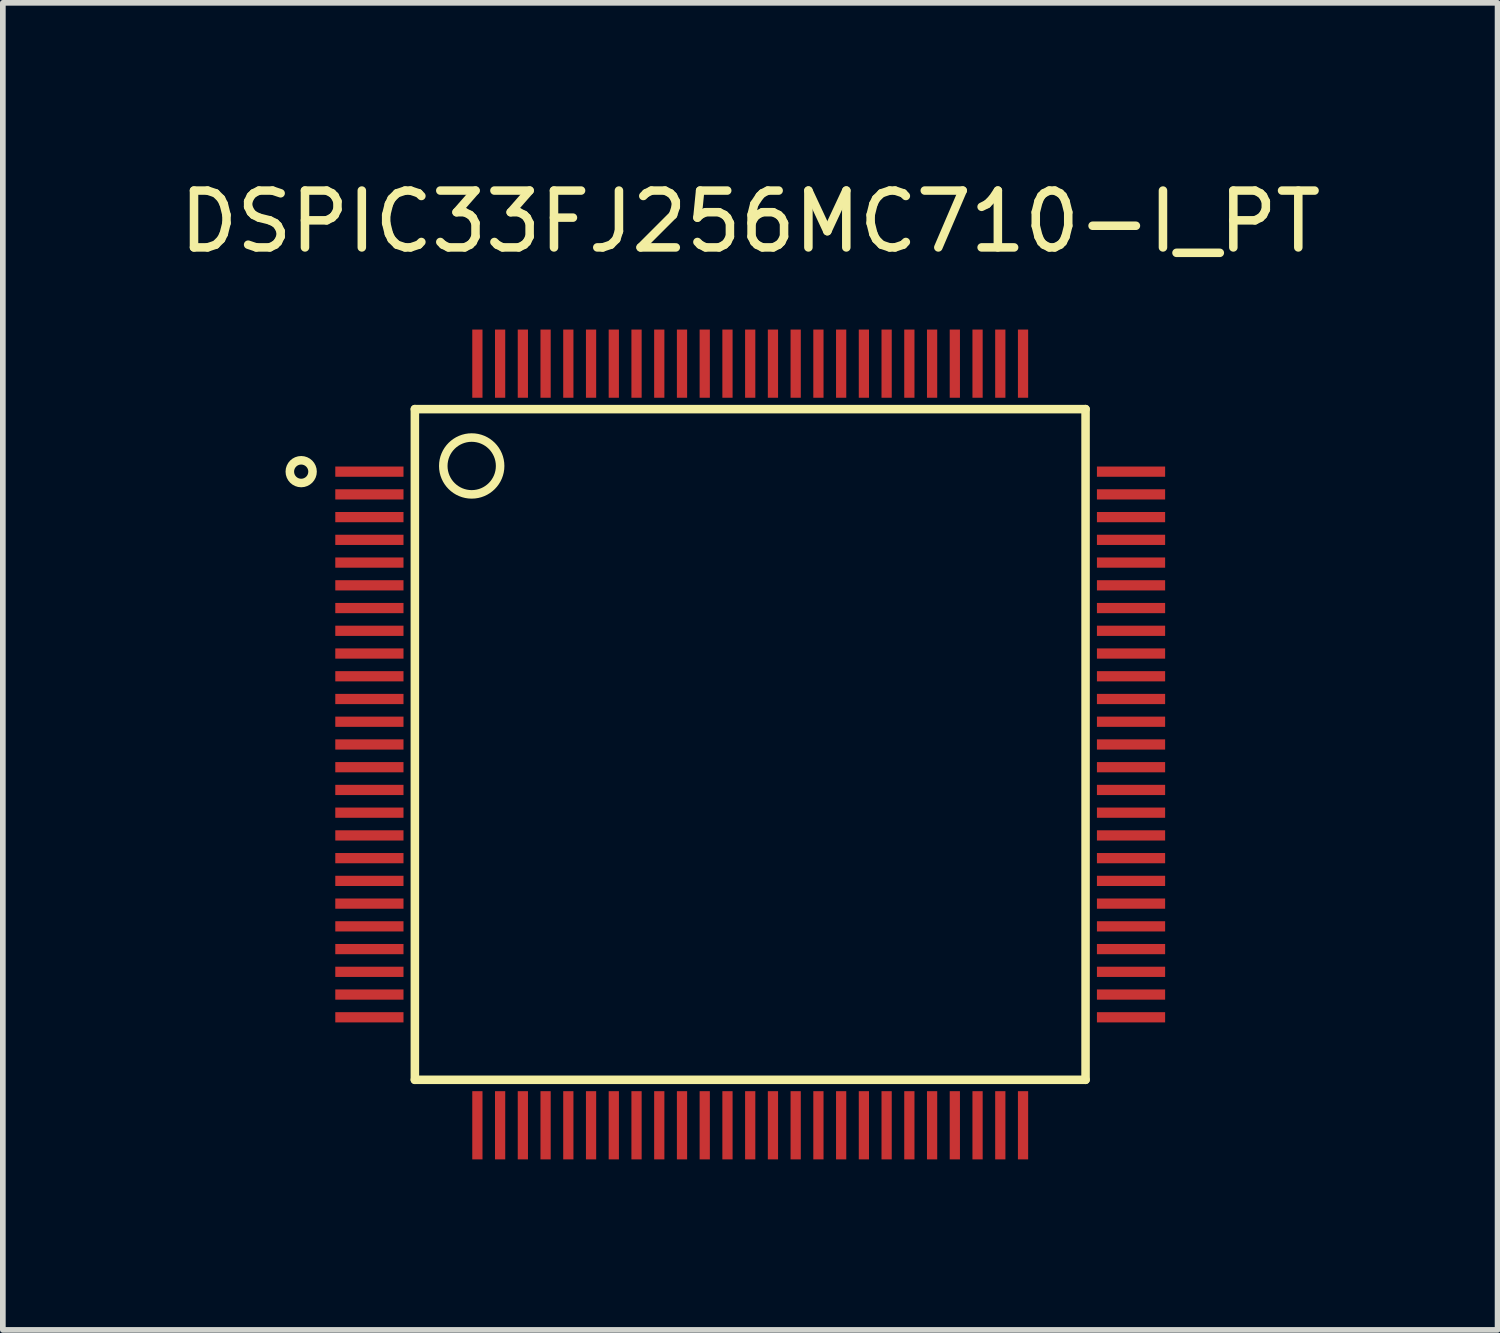
<source format=kicad_pcb>
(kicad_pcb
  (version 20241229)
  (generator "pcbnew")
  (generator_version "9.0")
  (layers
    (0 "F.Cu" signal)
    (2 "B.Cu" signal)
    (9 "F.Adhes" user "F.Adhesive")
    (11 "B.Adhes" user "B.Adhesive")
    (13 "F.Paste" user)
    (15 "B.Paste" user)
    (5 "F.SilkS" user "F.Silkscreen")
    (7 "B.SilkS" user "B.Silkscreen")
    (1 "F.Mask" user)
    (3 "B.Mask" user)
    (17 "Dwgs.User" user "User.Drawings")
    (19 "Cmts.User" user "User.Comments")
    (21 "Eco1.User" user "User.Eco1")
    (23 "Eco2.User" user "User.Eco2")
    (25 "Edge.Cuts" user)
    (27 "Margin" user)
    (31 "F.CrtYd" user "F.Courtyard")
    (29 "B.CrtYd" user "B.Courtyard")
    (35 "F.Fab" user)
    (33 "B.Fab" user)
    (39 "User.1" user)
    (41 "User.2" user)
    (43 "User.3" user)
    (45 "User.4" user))
  (footprint "DSPIC33FJ256MC710-I_PT"
    (layer "F.Cu")
    (at 3.449 3.348)
    (property "Reference" "DSPIC33FJ256MC710-I_PT" (at 6.7 -2.5 0) (layer "F.SilkS") (effects (font (size 1 1) (thickness 0.15))))
    (attr through_hole)
    (fp_line (start 0.8 0.8) (end 0.8 12.6) (stroke (width 0.15) (type solid)) (layer "F.SilkS"))
    (fp_line (start 0.8 0.8) (end 12.6 0.8) (stroke (width 0.15) (type solid)) (layer "F.SilkS"))
    (fp_line (start 0.8 12.6) (end 12.6 12.6) (stroke (width 0.15) (type solid)) (layer "F.SilkS"))
    (fp_line (start 12.6 12.6) (end 12.6 0.8) (stroke (width 0.15) (type solid)) (layer "F.SilkS"))
    (fp_circle (center -1.2 1.9) (end -1.2 1.7) (stroke (width 0.15) (type solid)) (fill no) (layer "F.SilkS"))
    (fp_circle (center 1.8 1.8) (end 1.8 1.3) (stroke (width 0.15) (type solid)) (fill no) (layer "F.SilkS"))
    (pad "1" smd rect (at 0 1.9) (size 1.2 0.18) (layers "F.Cu" "F.Mask" "F.Paste"))
    (pad "2" smd rect (at 0 2.3) (size 1.2 0.18) (layers "F.Cu" "F.Mask" "F.Paste"))
    (pad "3" smd rect (at 0 2.7) (size 1.2 0.18) (layers "F.Cu" "F.Mask" "F.Paste"))
    (pad "4" smd rect (at 0 3.1) (size 1.2 0.18) (layers "F.Cu" "F.Mask" "F.Paste"))
    (pad "5" smd rect (at 0 3.5) (size 1.2 0.18) (layers "F.Cu" "F.Mask" "F.Paste"))
    (pad "6" smd rect (at 0 3.9) (size 1.2 0.18) (layers "F.Cu" "F.Mask" "F.Paste"))
    (pad "7" smd rect (at 0 4.3) (size 1.2 0.18) (layers "F.Cu" "F.Mask" "F.Paste"))
    (pad "8" smd rect (at 0 4.7) (size 1.2 0.18) (layers "F.Cu" "F.Mask" "F.Paste"))
    (pad "9" smd rect (at 0 5.1) (size 1.2 0.18) (layers "F.Cu" "F.Mask" "F.Paste"))
    (pad "10" smd rect (at 0 5.5) (size 1.2 0.18) (layers "F.Cu" "F.Mask" "F.Paste"))
    (pad "11" smd rect (at 0 5.9) (size 1.2 0.18) (layers "F.Cu" "F.Mask" "F.Paste"))
    (pad "12" smd rect (at 0 6.3) (size 1.2 0.18) (layers "F.Cu" "F.Mask" "F.Paste"))
    (pad "13" smd rect (at 0 6.7) (size 1.2 0.18) (layers "F.Cu" "F.Mask" "F.Paste"))
    (pad "14" smd rect (at 0 7.1) (size 1.2 0.18) (layers "F.Cu" "F.Mask" "F.Paste"))
    (pad "15" smd rect (at 0 7.5) (size 1.2 0.18) (layers "F.Cu" "F.Mask" "F.Paste"))
    (pad "16" smd rect (at 0 7.9) (size 1.2 0.18) (layers "F.Cu" "F.Mask" "F.Paste"))
    (pad "17" smd rect (at 0 8.3) (size 1.2 0.18) (layers "F.Cu" "F.Mask" "F.Paste"))
    (pad "18" smd rect (at 0 8.7) (size 1.2 0.18) (layers "F.Cu" "F.Mask" "F.Paste"))
    (pad "19" smd rect (at 0 9.1) (size 1.2 0.18) (layers "F.Cu" "F.Mask" "F.Paste"))
    (pad "20" smd rect (at 0 9.5) (size 1.2 0.18) (layers "F.Cu" "F.Mask" "F.Paste"))
    (pad "21" smd rect (at 0 9.9) (size 1.2 0.18) (layers "F.Cu" "F.Mask" "F.Paste"))
    (pad "22" smd rect (at 0 10.3) (size 1.2 0.18) (layers "F.Cu" "F.Mask" "F.Paste"))
    (pad "23" smd rect (at 0 10.7) (size 1.2 0.18) (layers "F.Cu" "F.Mask" "F.Paste"))
    (pad "24" smd rect (at 0 11.1) (size 1.2 0.18) (layers "F.Cu" "F.Mask" "F.Paste"))
    (pad "25" smd rect (at 0 11.5) (size 1.2 0.18) (layers "F.Cu" "F.Mask" "F.Paste"))
    (pad "26" smd rect (at 1.9 13.4) (size 0.18 1.2) (layers "F.Cu" "F.Mask" "F.Paste"))
    (pad "27" smd rect (at 2.3 13.4) (size 0.18 1.2) (layers "F.Cu" "F.Mask" "F.Paste"))
    (pad "28" smd rect (at 2.7 13.4) (size 0.18 1.2) (layers "F.Cu" "F.Mask" "F.Paste"))
    (pad "29" smd rect (at 3.1 13.4) (size 0.18 1.2) (layers "F.Cu" "F.Mask" "F.Paste"))
    (pad "30" smd rect (at 3.5 13.4) (size 0.18 1.2) (layers "F.Cu" "F.Mask" "F.Paste"))
    (pad "31" smd rect (at 3.9 13.4) (size 0.18 1.2) (layers "F.Cu" "F.Mask" "F.Paste"))
    (pad "32" smd rect (at 4.3 13.4) (size 0.18 1.2) (layers "F.Cu" "F.Mask" "F.Paste"))
    (pad "33" smd rect (at 4.7 13.4) (size 0.18 1.2) (layers "F.Cu" "F.Mask" "F.Paste"))
    (pad "34" smd rect (at 5.1 13.4) (size 0.18 1.2) (layers "F.Cu" "F.Mask" "F.Paste"))
    (pad "35" smd rect (at 5.5 13.4) (size 0.18 1.2) (layers "F.Cu" "F.Mask" "F.Paste"))
    (pad "36" smd rect (at 5.9 13.4) (size 0.18 1.2) (layers "F.Cu" "F.Mask" "F.Paste"))
    (pad "37" smd rect (at 6.3 13.4) (size 0.18 1.2) (layers "F.Cu" "F.Mask" "F.Paste"))
    (pad "38" smd rect (at 6.7 13.4) (size 0.18 1.2) (layers "F.Cu" "F.Mask" "F.Paste"))
    (pad "39" smd rect (at 7.1 13.4) (size 0.18 1.2) (layers "F.Cu" "F.Mask" "F.Paste"))
    (pad "40" smd rect (at 7.5 13.4) (size 0.18 1.2) (layers "F.Cu" "F.Mask" "F.Paste"))
    (pad "41" smd rect (at 7.9 13.4) (size 0.18 1.2) (layers "F.Cu" "F.Mask" "F.Paste"))
    (pad "42" smd rect (at 8.3 13.4) (size 0.18 1.2) (layers "F.Cu" "F.Mask" "F.Paste"))
    (pad "43" smd rect (at 8.7 13.4) (size 0.18 1.2) (layers "F.Cu" "F.Mask" "F.Paste"))
    (pad "44" smd rect (at 9.1 13.4) (size 0.18 1.2) (layers "F.Cu" "F.Mask" "F.Paste"))
    (pad "45" smd rect (at 9.5 13.4) (size 0.18 1.2) (layers "F.Cu" "F.Mask" "F.Paste"))
    (pad "46" smd rect (at 9.9 13.4) (size 0.18 1.2) (layers "F.Cu" "F.Mask" "F.Paste"))
    (pad "47" smd rect (at 10.3 13.4) (size 0.18 1.2) (layers "F.Cu" "F.Mask" "F.Paste"))
    (pad "48" smd rect (at 10.7 13.4) (size 0.18 1.2) (layers "F.Cu" "F.Mask" "F.Paste"))
    (pad "49" smd rect (at 11.1 13.4) (size 0.18 1.2) (layers "F.Cu" "F.Mask" "F.Paste"))
    (pad "50" smd rect (at 11.5 13.4) (size 0.18 1.2) (layers "F.Cu" "F.Mask" "F.Paste"))
    (pad "51" smd rect (at 13.4 11.5) (size 1.2 0.18) (layers "F.Cu" "F.Mask" "F.Paste"))
    (pad "52" smd rect (at 13.4 11.1) (size 1.2 0.18) (layers "F.Cu" "F.Mask" "F.Paste"))
    (pad "53" smd rect (at 13.4 10.7) (size 1.2 0.18) (layers "F.Cu" "F.Mask" "F.Paste"))
    (pad "54" smd rect (at 13.4 10.3) (size 1.2 0.18) (layers "F.Cu" "F.Mask" "F.Paste"))
    (pad "55" smd rect (at 13.4 9.9) (size 1.2 0.18) (layers "F.Cu" "F.Mask" "F.Paste"))
    (pad "56" smd rect (at 13.4 9.5) (size 1.2 0.18) (layers "F.Cu" "F.Mask" "F.Paste"))
    (pad "57" smd rect (at 13.4 9.1) (size 1.2 0.18) (layers "F.Cu" "F.Mask" "F.Paste"))
    (pad "58" smd rect (at 13.4 8.7) (size 1.2 0.18) (layers "F.Cu" "F.Mask" "F.Paste"))
    (pad "59" smd rect (at 13.4 8.3) (size 1.2 0.18) (layers "F.Cu" "F.Mask" "F.Paste"))
    (pad "60" smd rect (at 13.4 7.9) (size 1.2 0.18) (layers "F.Cu" "F.Mask" "F.Paste"))
    (pad "61" smd rect (at 13.4 7.5) (size 1.2 0.18) (layers "F.Cu" "F.Mask" "F.Paste"))
    (pad "62" smd rect (at 13.4 7.1) (size 1.2 0.18) (layers "F.Cu" "F.Mask" "F.Paste"))
    (pad "63" smd rect (at 13.4 6.7) (size 1.2 0.18) (layers "F.Cu" "F.Mask" "F.Paste"))
    (pad "64" smd rect (at 13.4 6.3) (size 1.2 0.18) (layers "F.Cu" "F.Mask" "F.Paste"))
    (pad "65" smd rect (at 13.4 5.9) (size 1.2 0.18) (layers "F.Cu" "F.Mask" "F.Paste"))
    (pad "66" smd rect (at 13.4 5.5) (size 1.2 0.18) (layers "F.Cu" "F.Mask" "F.Paste"))
    (pad "67" smd rect (at 13.4 5.1) (size 1.2 0.18) (layers "F.Cu" "F.Mask" "F.Paste"))
    (pad "68" smd rect (at 13.4 4.7) (size 1.2 0.18) (layers "F.Cu" "F.Mask" "F.Paste"))
    (pad "69" smd rect (at 13.4 4.3) (size 1.2 0.18) (layers "F.Cu" "F.Mask" "F.Paste"))
    (pad "70" smd rect (at 13.4 3.9) (size 1.2 0.18) (layers "F.Cu" "F.Mask" "F.Paste"))
    (pad "71" smd rect (at 13.4 3.5) (size 1.2 0.18) (layers "F.Cu" "F.Mask" "F.Paste"))
    (pad "72" smd rect (at 13.4 3.1) (size 1.2 0.18) (layers "F.Cu" "F.Mask" "F.Paste"))
    (pad "73" smd rect (at 13.4 2.7) (size 1.2 0.18) (layers "F.Cu" "F.Mask" "F.Paste"))
    (pad "74" smd rect (at 13.4 2.3) (size 1.2 0.18) (layers "F.Cu" "F.Mask" "F.Paste"))
    (pad "75" smd rect (at 13.4 1.9) (size 1.2 0.18) (layers "F.Cu" "F.Mask" "F.Paste"))
    (pad "76" smd rect (at 11.5 0) (size 0.18 1.2) (layers "F.Cu" "F.Mask" "F.Paste"))
    (pad "77" smd rect (at 11.1 0) (size 0.18 1.2) (layers "F.Cu" "F.Mask" "F.Paste"))
    (pad "78" smd rect (at 10.7 0) (size 0.18 1.2) (layers "F.Cu" "F.Mask" "F.Paste"))
    (pad "79" smd rect (at 10.3 0) (size 0.18 1.2) (layers "F.Cu" "F.Mask" "F.Paste"))
    (pad "80" smd rect (at 9.9 0) (size 0.18 1.2) (layers "F.Cu" "F.Mask" "F.Paste"))
    (pad "81" smd rect (at 9.5 0) (size 0.18 1.2) (layers "F.Cu" "F.Mask" "F.Paste"))
    (pad "82" smd rect (at 9.1 0) (size 0.18 1.2) (layers "F.Cu" "F.Mask" "F.Paste"))
    (pad "83" smd rect (at 8.7 0) (size 0.18 1.2) (layers "F.Cu" "F.Mask" "F.Paste"))
    (pad "84" smd rect (at 8.3 0) (size 0.18 1.2) (layers "F.Cu" "F.Mask" "F.Paste"))
    (pad "85" smd rect (at 7.9 0) (size 0.18 1.2) (layers "F.Cu" "F.Mask" "F.Paste"))
    (pad "86" smd rect (at 7.5 0) (size 0.18 1.2) (layers "F.Cu" "F.Mask" "F.Paste"))
    (pad "87" smd rect (at 7.1 0) (size 0.18 1.2) (layers "F.Cu" "F.Mask" "F.Paste"))
    (pad "88" smd rect (at 6.7 0) (size 0.18 1.2) (layers "F.Cu" "F.Mask" "F.Paste"))
    (pad "89" smd rect (at 6.3 0) (size 0.18 1.2) (layers "F.Cu" "F.Mask" "F.Paste"))
    (pad "90" smd rect (at 5.9 0) (size 0.18 1.2) (layers "F.Cu" "F.Mask" "F.Paste"))
    (pad "91" smd rect (at 5.5 0) (size 0.18 1.2) (layers "F.Cu" "F.Mask" "F.Paste"))
    (pad "92" smd rect (at 5.1 0) (size 0.18 1.2) (layers "F.Cu" "F.Mask" "F.Paste"))
    (pad "93" smd rect (at 4.7 0) (size 0.18 1.2) (layers "F.Cu" "F.Mask" "F.Paste"))
    (pad "94" smd rect (at 4.3 0) (size 0.18 1.2) (layers "F.Cu" "F.Mask" "F.Paste"))
    (pad "95" smd rect (at 3.9 0) (size 0.18 1.2) (layers "F.Cu" "F.Mask" "F.Paste"))
    (pad "96" smd rect (at 3.5 0) (size 0.18 1.2) (layers "F.Cu" "F.Mask" "F.Paste"))
    (pad "97" smd rect (at 3.1 0) (size 0.18 1.2) (layers "F.Cu" "F.Mask" "F.Paste"))
    (pad "98" smd rect (at 2.7 0) (size 0.18 1.2) (layers "F.Cu" "F.Mask" "F.Paste"))
    (pad "99" smd rect (at 2.3 0) (size 0.18 1.2) (layers "F.Cu" "F.Mask" "F.Paste"))
    (pad "100" smd rect (at 1.9 0) (size 0.18 1.2) (layers "F.Cu" "F.Mask" "F.Paste")))
  (gr_rect
    (start -3 -3)
    (end 23.298 20.348)
    (stroke (width 0.1) (type default))
    (fill no)
    (layer "Edge.Cuts")))
</source>
